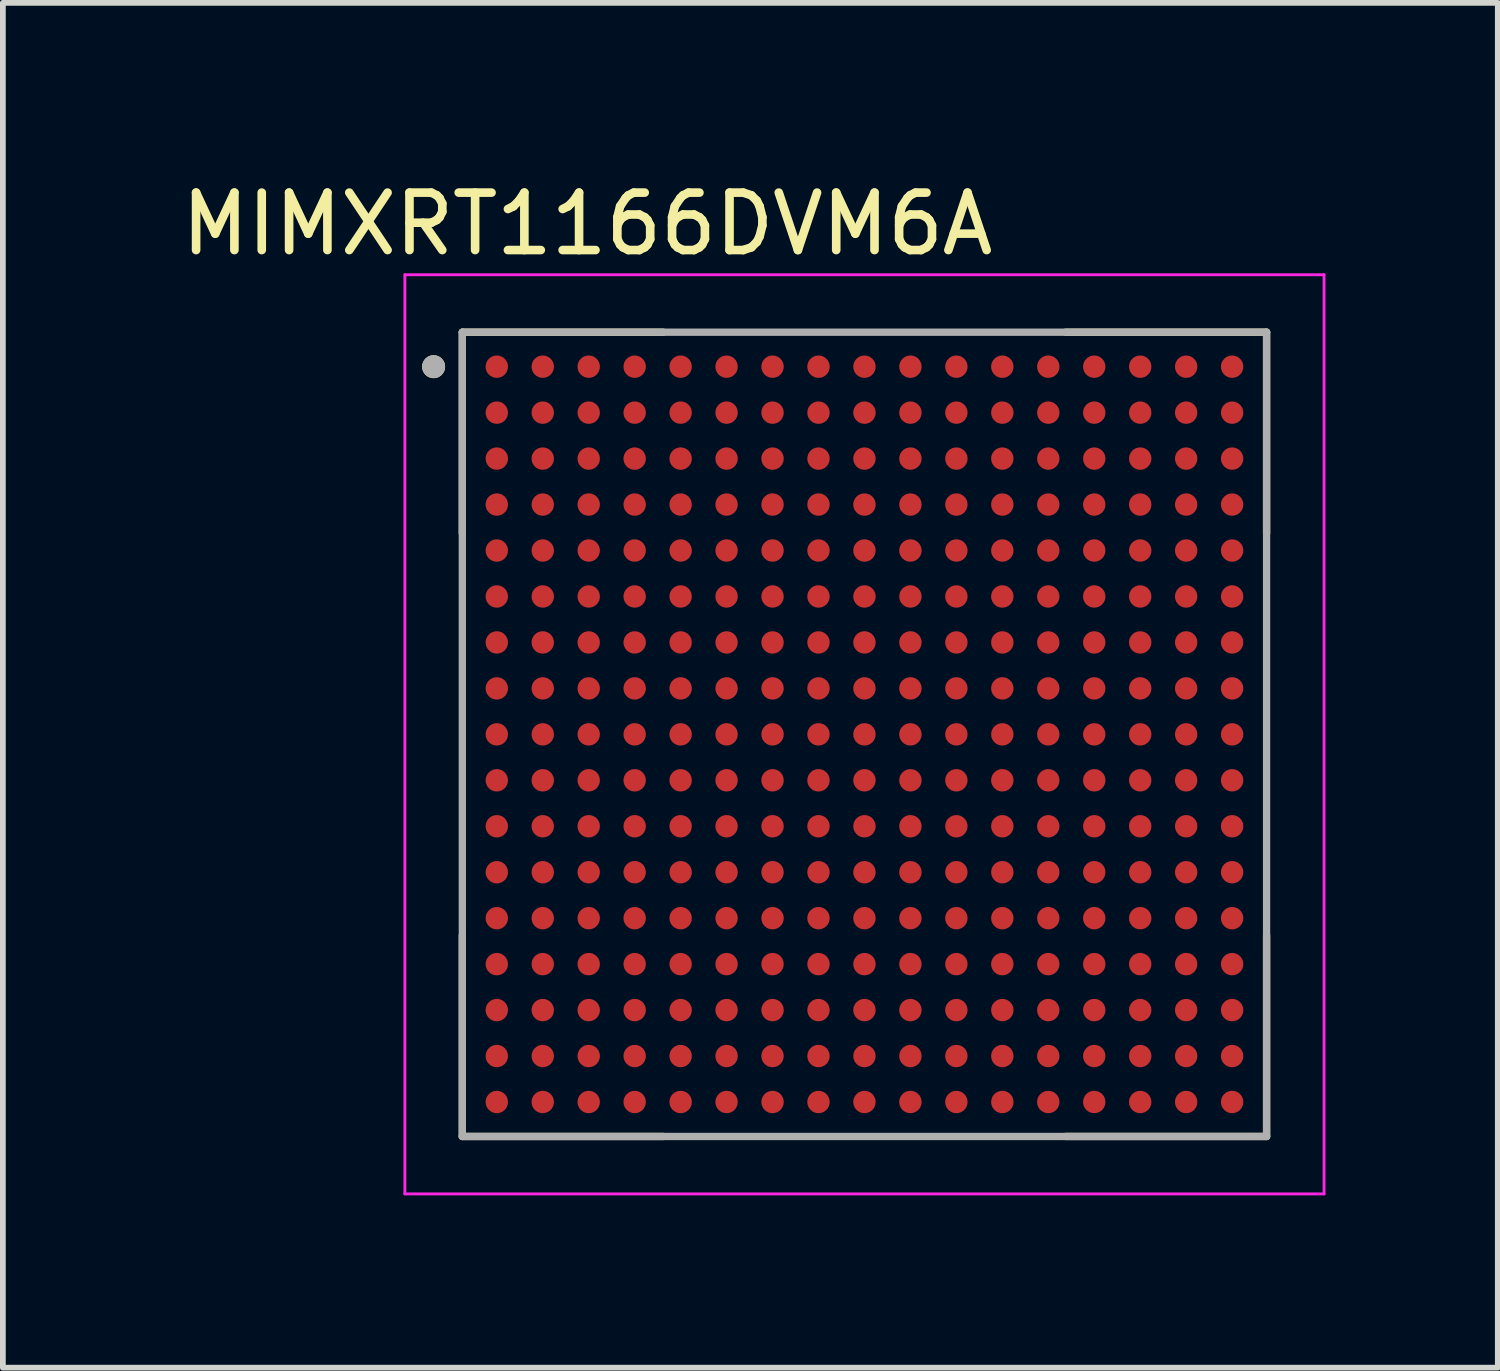
<source format=kicad_pcb>
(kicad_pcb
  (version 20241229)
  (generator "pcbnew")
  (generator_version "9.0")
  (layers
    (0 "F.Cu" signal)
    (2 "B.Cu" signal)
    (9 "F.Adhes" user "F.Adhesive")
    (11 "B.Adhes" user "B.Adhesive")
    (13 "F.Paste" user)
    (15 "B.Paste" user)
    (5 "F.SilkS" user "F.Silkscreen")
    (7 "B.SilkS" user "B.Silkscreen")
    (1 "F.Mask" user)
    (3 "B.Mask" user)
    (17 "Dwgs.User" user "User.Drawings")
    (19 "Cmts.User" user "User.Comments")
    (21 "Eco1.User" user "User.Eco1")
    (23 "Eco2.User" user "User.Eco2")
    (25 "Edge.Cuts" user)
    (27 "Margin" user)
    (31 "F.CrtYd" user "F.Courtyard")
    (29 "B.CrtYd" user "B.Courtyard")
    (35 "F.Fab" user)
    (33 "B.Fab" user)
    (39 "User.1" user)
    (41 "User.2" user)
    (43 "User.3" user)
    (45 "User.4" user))
  (footprint "MIMXRT1166DVM6A"
    (layer "F.Cu")
    (at 11.998 9.733)
    (property "Reference" "MIMXRT1166DVM6A" (at -4.825 -8.885 0) (layer "F.SilkS") (effects (font (size 1 1) (thickness 0.15))))
    (attr through_hole)
    (fp_line (start -7 -7) (end -7 -3.5) (stroke (width 0.127) (type solid)) (layer "F.SilkS"))
    (fp_line (start -7 -7) (end -3.5 -7) (stroke (width 0.127) (type solid)) (layer "F.SilkS"))
    (fp_line (start -7 7) (end -7 3.5) (stroke (width 0.127) (type solid)) (layer "F.SilkS"))
    (fp_line (start -7 7) (end -3.5 7) (stroke (width 0.127) (type solid)) (layer "F.SilkS"))
    (fp_line (start 7 -7) (end 3.5 -7) (stroke (width 0.127) (type solid)) (layer "F.SilkS"))
    (fp_line (start 7 -7) (end 7 -3.5) (stroke (width 0.127) (type solid)) (layer "F.SilkS"))
    (fp_line (start 7 7) (end 3.5 7) (stroke (width 0.127) (type solid)) (layer "F.SilkS"))
    (fp_line (start 7 7) (end 7 3.5) (stroke (width 0.127) (type solid)) (layer "F.SilkS"))
    (fp_circle (center -7.5 -6.4) (end -7.4 -6.4) (stroke (width 0.2) (type solid)) (fill no) (layer "F.SilkS"))
    (fp_line (start -8 -8) (end 8 -8) (stroke (width 0.05) (type solid)) (layer "F.CrtYd"))
    (fp_line (start -8 8) (end -8 -8) (stroke (width 0.05) (type solid)) (layer "F.CrtYd"))
    (fp_line (start -8 8) (end 8 8) (stroke (width 0.05) (type solid)) (layer "F.CrtYd"))
    (fp_line (start 8 8) (end 8 -8) (stroke (width 0.05) (type solid)) (layer "F.CrtYd"))
    (fp_line (start -7 7) (end -7 -7) (stroke (width 0.127) (type solid)) (layer "F.Fab"))
    (fp_line (start 7 -7) (end -7 -7) (stroke (width 0.127) (type solid)) (layer "F.Fab"))
    (fp_line (start 7 7) (end -7 7) (stroke (width 0.127) (type solid)) (layer "F.Fab"))
    (fp_line (start 7 7) (end 7 -7) (stroke (width 0.127) (type solid)) (layer "F.Fab"))
    (fp_circle (center -7.5 -6.4) (end -7.4 -6.4) (stroke (width 0.2) (type solid)) (fill no) (layer "F.Fab"))
    (pad "A1" smd circle (at -6.4 -6.4) (size 0.39 0.39) (layers "F.Cu" "F.Mask" "F.Paste"))
    (pad "A2" smd circle (at -5.6 -6.4) (size 0.39 0.39) (layers "F.Cu" "F.Mask" "F.Paste"))
    (pad "A3" smd circle (at -4.8 -6.4) (size 0.39 0.39) (layers "F.Cu" "F.Mask" "F.Paste"))
    (pad "A4" smd circle (at -4 -6.4) (size 0.39 0.39) (layers "F.Cu" "F.Mask" "F.Paste"))
    (pad "A5" smd circle (at -3.2 -6.4) (size 0.39 0.39) (layers "F.Cu" "F.Mask" "F.Paste"))
    (pad "A6" smd circle (at -2.4 -6.4) (size 0.39 0.39) (layers "F.Cu" "F.Mask" "F.Paste"))
    (pad "A7" smd circle (at -1.6 -6.4) (size 0.39 0.39) (layers "F.Cu" "F.Mask" "F.Paste"))
    (pad "A8" smd circle (at -0.8 -6.4) (size 0.39 0.39) (layers "F.Cu" "F.Mask" "F.Paste"))
    (pad "A9" smd circle (at 0 -6.4) (size 0.39 0.39) (layers "F.Cu" "F.Mask" "F.Paste"))
    (pad "A10" smd circle (at 0.8 -6.4) (size 0.39 0.39) (layers "F.Cu" "F.Mask" "F.Paste"))
    (pad "A11" smd circle (at 1.6 -6.4) (size 0.39 0.39) (layers "F.Cu" "F.Mask" "F.Paste"))
    (pad "A12" smd circle (at 2.4 -6.4) (size 0.39 0.39) (layers "F.Cu" "F.Mask" "F.Paste"))
    (pad "A13" smd circle (at 3.2 -6.4) (size 0.39 0.39) (layers "F.Cu" "F.Mask" "F.Paste"))
    (pad "A14" smd circle (at 4 -6.4) (size 0.39 0.39) (layers "F.Cu" "F.Mask" "F.Paste"))
    (pad "A15" smd circle (at 4.8 -6.4) (size 0.39 0.39) (layers "F.Cu" "F.Mask" "F.Paste"))
    (pad "A16" smd circle (at 5.6 -6.4) (size 0.39 0.39) (layers "F.Cu" "F.Mask" "F.Paste"))
    (pad "A17" smd circle (at 6.4 -6.4) (size 0.39 0.39) (layers "F.Cu" "F.Mask" "F.Paste"))
    (pad "B1" smd circle (at -6.4 -5.6) (size 0.39 0.39) (layers "F.Cu" "F.Mask" "F.Paste"))
    (pad "B2" smd circle (at -5.6 -5.6) (size 0.39 0.39) (layers "F.Cu" "F.Mask" "F.Paste"))
    (pad "B3" smd circle (at -4.8 -5.6) (size 0.39 0.39) (layers "F.Cu" "F.Mask" "F.Paste"))
    (pad "B4" smd circle (at -4 -5.6) (size 0.39 0.39) (layers "F.Cu" "F.Mask" "F.Paste"))
    (pad "B5" smd circle (at -3.2 -5.6) (size 0.39 0.39) (layers "F.Cu" "F.Mask" "F.Paste"))
    (pad "B6" smd circle (at -2.4 -5.6) (size 0.39 0.39) (layers "F.Cu" "F.Mask" "F.Paste"))
    (pad "B7" smd circle (at -1.6 -5.6) (size 0.39 0.39) (layers "F.Cu" "F.Mask" "F.Paste"))
    (pad "B8" smd circle (at -0.8 -5.6) (size 0.39 0.39) (layers "F.Cu" "F.Mask" "F.Paste"))
    (pad "B9" smd circle (at 0 -5.6) (size 0.39 0.39) (layers "F.Cu" "F.Mask" "F.Paste"))
    (pad "B10" smd circle (at 0.8 -5.6) (size 0.39 0.39) (layers "F.Cu" "F.Mask" "F.Paste"))
    (pad "B11" smd circle (at 1.6 -5.6) (size 0.39 0.39) (layers "F.Cu" "F.Mask" "F.Paste"))
    (pad "B12" smd circle (at 2.4 -5.6) (size 0.39 0.39) (layers "F.Cu" "F.Mask" "F.Paste"))
    (pad "B13" smd circle (at 3.2 -5.6) (size 0.39 0.39) (layers "F.Cu" "F.Mask" "F.Paste"))
    (pad "B14" smd circle (at 4 -5.6) (size 0.39 0.39) (layers "F.Cu" "F.Mask" "F.Paste"))
    (pad "B15" smd circle (at 4.8 -5.6) (size 0.39 0.39) (layers "F.Cu" "F.Mask" "F.Paste"))
    (pad "B16" smd circle (at 5.6 -5.6) (size 0.39 0.39) (layers "F.Cu" "F.Mask" "F.Paste"))
    (pad "B17" smd circle (at 6.4 -5.6) (size 0.39 0.39) (layers "F.Cu" "F.Mask" "F.Paste"))
    (pad "C1" smd circle (at -6.4 -4.8) (size 0.39 0.39) (layers "F.Cu" "F.Mask" "F.Paste"))
    (pad "C2" smd circle (at -5.6 -4.8) (size 0.39 0.39) (layers "F.Cu" "F.Mask" "F.Paste"))
    (pad "C3" smd circle (at -4.8 -4.8) (size 0.39 0.39) (layers "F.Cu" "F.Mask" "F.Paste"))
    (pad "C4" smd circle (at -4 -4.8) (size 0.39 0.39) (layers "F.Cu" "F.Mask" "F.Paste"))
    (pad "C5" smd circle (at -3.2 -4.8) (size 0.39 0.39) (layers "F.Cu" "F.Mask" "F.Paste"))
    (pad "C6" smd circle (at -2.4 -4.8) (size 0.39 0.39) (layers "F.Cu" "F.Mask" "F.Paste"))
    (pad "C7" smd circle (at -1.6 -4.8) (size 0.39 0.39) (layers "F.Cu" "F.Mask" "F.Paste"))
    (pad "C8" smd circle (at -0.8 -4.8) (size 0.39 0.39) (layers "F.Cu" "F.Mask" "F.Paste"))
    (pad "C9" smd circle (at 0 -4.8) (size 0.39 0.39) (layers "F.Cu" "F.Mask" "F.Paste"))
    (pad "C10" smd circle (at 0.8 -4.8) (size 0.39 0.39) (layers "F.Cu" "F.Mask" "F.Paste"))
    (pad "C11" smd circle (at 1.6 -4.8) (size 0.39 0.39) (layers "F.Cu" "F.Mask" "F.Paste"))
    (pad "C12" smd circle (at 2.4 -4.8) (size 0.39 0.39) (layers "F.Cu" "F.Mask" "F.Paste"))
    (pad "C13" smd circle (at 3.2 -4.8) (size 0.39 0.39) (layers "F.Cu" "F.Mask" "F.Paste"))
    (pad "C14" smd circle (at 4 -4.8) (size 0.39 0.39) (layers "F.Cu" "F.Mask" "F.Paste"))
    (pad "C15" smd circle (at 4.8 -4.8) (size 0.39 0.39) (layers "F.Cu" "F.Mask" "F.Paste"))
    (pad "C16" smd circle (at 5.6 -4.8) (size 0.39 0.39) (layers "F.Cu" "F.Mask" "F.Paste"))
    (pad "C17" smd circle (at 6.4 -4.8) (size 0.39 0.39) (layers "F.Cu" "F.Mask" "F.Paste"))
    (pad "D1" smd circle (at -6.4 -4) (size 0.39 0.39) (layers "F.Cu" "F.Mask" "F.Paste"))
    (pad "D2" smd circle (at -5.6 -4) (size 0.39 0.39) (layers "F.Cu" "F.Mask" "F.Paste"))
    (pad "D3" smd circle (at -4.8 -4) (size 0.39 0.39) (layers "F.Cu" "F.Mask" "F.Paste"))
    (pad "D4" smd circle (at -4 -4) (size 0.39 0.39) (layers "F.Cu" "F.Mask" "F.Paste"))
    (pad "D5" smd circle (at -3.2 -4) (size 0.39 0.39) (layers "F.Cu" "F.Mask" "F.Paste"))
    (pad "D6" smd circle (at -2.4 -4) (size 0.39 0.39) (layers "F.Cu" "F.Mask" "F.Paste"))
    (pad "D7" smd circle (at -1.6 -4) (size 0.39 0.39) (layers "F.Cu" "F.Mask" "F.Paste"))
    (pad "D8" smd circle (at -0.8 -4) (size 0.39 0.39) (layers "F.Cu" "F.Mask" "F.Paste"))
    (pad "D9" smd circle (at 0 -4) (size 0.39 0.39) (layers "F.Cu" "F.Mask" "F.Paste"))
    (pad "D10" smd circle (at 0.8 -4) (size 0.39 0.39) (layers "F.Cu" "F.Mask" "F.Paste"))
    (pad "D11" smd circle (at 1.6 -4) (size 0.39 0.39) (layers "F.Cu" "F.Mask" "F.Paste"))
    (pad "D12" smd circle (at 2.4 -4) (size 0.39 0.39) (layers "F.Cu" "F.Mask" "F.Paste"))
    (pad "D13" smd circle (at 3.2 -4) (size 0.39 0.39) (layers "F.Cu" "F.Mask" "F.Paste"))
    (pad "D14" smd circle (at 4 -4) (size 0.39 0.39) (layers "F.Cu" "F.Mask" "F.Paste"))
    (pad "D15" smd circle (at 4.8 -4) (size 0.39 0.39) (layers "F.Cu" "F.Mask" "F.Paste"))
    (pad "D16" smd circle (at 5.6 -4) (size 0.39 0.39) (layers "F.Cu" "F.Mask" "F.Paste"))
    (pad "D17" smd circle (at 6.4 -4) (size 0.39 0.39) (layers "F.Cu" "F.Mask" "F.Paste"))
    (pad "E1" smd circle (at -6.4 -3.2) (size 0.39 0.39) (layers "F.Cu" "F.Mask" "F.Paste"))
    (pad "E2" smd circle (at -5.6 -3.2) (size 0.39 0.39) (layers "F.Cu" "F.Mask" "F.Paste"))
    (pad "E3" smd circle (at -4.8 -3.2) (size 0.39 0.39) (layers "F.Cu" "F.Mask" "F.Paste"))
    (pad "E4" smd circle (at -4 -3.2) (size 0.39 0.39) (layers "F.Cu" "F.Mask" "F.Paste"))
    (pad "E5" smd circle (at -3.2 -3.2) (size 0.39 0.39) (layers "F.Cu" "F.Mask" "F.Paste"))
    (pad "E6" smd circle (at -2.4 -3.2) (size 0.39 0.39) (layers "F.Cu" "F.Mask" "F.Paste"))
    (pad "E7" smd circle (at -1.6 -3.2) (size 0.39 0.39) (layers "F.Cu" "F.Mask" "F.Paste"))
    (pad "E8" smd circle (at -0.8 -3.2) (size 0.39 0.39) (layers "F.Cu" "F.Mask" "F.Paste"))
    (pad "E9" smd circle (at 0 -3.2) (size 0.39 0.39) (layers "F.Cu" "F.Mask" "F.Paste"))
    (pad "E10" smd circle (at 0.8 -3.2) (size 0.39 0.39) (layers "F.Cu" "F.Mask" "F.Paste"))
    (pad "E11" smd circle (at 1.6 -3.2) (size 0.39 0.39) (layers "F.Cu" "F.Mask" "F.Paste"))
    (pad "E12" smd circle (at 2.4 -3.2) (size 0.39 0.39) (layers "F.Cu" "F.Mask" "F.Paste"))
    (pad "E13" smd circle (at 3.2 -3.2) (size 0.39 0.39) (layers "F.Cu" "F.Mask" "F.Paste"))
    (pad "E14" smd circle (at 4 -3.2) (size 0.39 0.39) (layers "F.Cu" "F.Mask" "F.Paste"))
    (pad "E15" smd circle (at 4.8 -3.2) (size 0.39 0.39) (layers "F.Cu" "F.Mask" "F.Paste"))
    (pad "E16" smd circle (at 5.6 -3.2) (size 0.39 0.39) (layers "F.Cu" "F.Mask" "F.Paste"))
    (pad "E17" smd circle (at 6.4 -3.2) (size 0.39 0.39) (layers "F.Cu" "F.Mask" "F.Paste"))
    (pad "F1" smd circle (at -6.4 -2.4) (size 0.39 0.39) (layers "F.Cu" "F.Mask" "F.Paste"))
    (pad "F2" smd circle (at -5.6 -2.4) (size 0.39 0.39) (layers "F.Cu" "F.Mask" "F.Paste"))
    (pad "F3" smd circle (at -4.8 -2.4) (size 0.39 0.39) (layers "F.Cu" "F.Mask" "F.Paste"))
    (pad "F4" smd circle (at -4 -2.4) (size 0.39 0.39) (layers "F.Cu" "F.Mask" "F.Paste"))
    (pad "F5" smd circle (at -3.2 -2.4) (size 0.39 0.39) (layers "F.Cu" "F.Mask" "F.Paste"))
    (pad "F6" smd circle (at -2.4 -2.4) (size 0.39 0.39) (layers "F.Cu" "F.Mask" "F.Paste"))
    (pad "F7" smd circle (at -1.6 -2.4) (size 0.39 0.39) (layers "F.Cu" "F.Mask" "F.Paste"))
    (pad "F8" smd circle (at -0.8 -2.4) (size 0.39 0.39) (layers "F.Cu" "F.Mask" "F.Paste"))
    (pad "F9" smd circle (at 0 -2.4) (size 0.39 0.39) (layers "F.Cu" "F.Mask" "F.Paste"))
    (pad "F10" smd circle (at 0.8 -2.4) (size 0.39 0.39) (layers "F.Cu" "F.Mask" "F.Paste"))
    (pad "F11" smd circle (at 1.6 -2.4) (size 0.39 0.39) (layers "F.Cu" "F.Mask" "F.Paste"))
    (pad "F12" smd circle (at 2.4 -2.4) (size 0.39 0.39) (layers "F.Cu" "F.Mask" "F.Paste"))
    (pad "F13" smd circle (at 3.2 -2.4) (size 0.39 0.39) (layers "F.Cu" "F.Mask" "F.Paste"))
    (pad "F14" smd circle (at 4 -2.4) (size 0.39 0.39) (layers "F.Cu" "F.Mask" "F.Paste"))
    (pad "F15" smd circle (at 4.8 -2.4) (size 0.39 0.39) (layers "F.Cu" "F.Mask" "F.Paste"))
    (pad "F16" smd circle (at 5.6 -2.4) (size 0.39 0.39) (layers "F.Cu" "F.Mask" "F.Paste"))
    (pad "F17" smd circle (at 6.4 -2.4) (size 0.39 0.39) (layers "F.Cu" "F.Mask" "F.Paste"))
    (pad "G1" smd circle (at -6.4 -1.6) (size 0.39 0.39) (layers "F.Cu" "F.Mask" "F.Paste"))
    (pad "G2" smd circle (at -5.6 -1.6) (size 0.39 0.39) (layers "F.Cu" "F.Mask" "F.Paste"))
    (pad "G3" smd circle (at -4.8 -1.6) (size 0.39 0.39) (layers "F.Cu" "F.Mask" "F.Paste"))
    (pad "G4" smd circle (at -4 -1.6) (size 0.39 0.39) (layers "F.Cu" "F.Mask" "F.Paste"))
    (pad "G5" smd circle (at -3.2 -1.6) (size 0.39 0.39) (layers "F.Cu" "F.Mask" "F.Paste"))
    (pad "G6" smd circle (at -2.4 -1.6) (size 0.39 0.39) (layers "F.Cu" "F.Mask" "F.Paste"))
    (pad "G7" smd circle (at -1.6 -1.6) (size 0.39 0.39) (layers "F.Cu" "F.Mask" "F.Paste"))
    (pad "G8" smd circle (at -0.8 -1.6) (size 0.39 0.39) (layers "F.Cu" "F.Mask" "F.Paste"))
    (pad "G9" smd circle (at 0 -1.6) (size 0.39 0.39) (layers "F.Cu" "F.Mask" "F.Paste"))
    (pad "G10" smd circle (at 0.8 -1.6) (size 0.39 0.39) (layers "F.Cu" "F.Mask" "F.Paste"))
    (pad "G11" smd circle (at 1.6 -1.6) (size 0.39 0.39) (layers "F.Cu" "F.Mask" "F.Paste"))
    (pad "G12" smd circle (at 2.4 -1.6) (size 0.39 0.39) (layers "F.Cu" "F.Mask" "F.Paste"))
    (pad "G13" smd circle (at 3.2 -1.6) (size 0.39 0.39) (layers "F.Cu" "F.Mask" "F.Paste"))
    (pad "G14" smd circle (at 4 -1.6) (size 0.39 0.39) (layers "F.Cu" "F.Mask" "F.Paste"))
    (pad "G15" smd circle (at 4.8 -1.6) (size 0.39 0.39) (layers "F.Cu" "F.Mask" "F.Paste"))
    (pad "G16" smd circle (at 5.6 -1.6) (size 0.39 0.39) (layers "F.Cu" "F.Mask" "F.Paste"))
    (pad "G17" smd circle (at 6.4 -1.6) (size 0.39 0.39) (layers "F.Cu" "F.Mask" "F.Paste"))
    (pad "H1" smd circle (at -6.4 -0.8) (size 0.39 0.39) (layers "F.Cu" "F.Mask" "F.Paste"))
    (pad "H2" smd circle (at -5.6 -0.8) (size 0.39 0.39) (layers "F.Cu" "F.Mask" "F.Paste"))
    (pad "H3" smd circle (at -4.8 -0.8) (size 0.39 0.39) (layers "F.Cu" "F.Mask" "F.Paste"))
    (pad "H4" smd circle (at -4 -0.8) (size 0.39 0.39) (layers "F.Cu" "F.Mask" "F.Paste"))
    (pad "H5" smd circle (at -3.2 -0.8) (size 0.39 0.39) (layers "F.Cu" "F.Mask" "F.Paste"))
    (pad "H6" smd circle (at -2.4 -0.8) (size 0.39 0.39) (layers "F.Cu" "F.Mask" "F.Paste"))
    (pad "H7" smd circle (at -1.6 -0.8) (size 0.39 0.39) (layers "F.Cu" "F.Mask" "F.Paste"))
    (pad "H8" smd circle (at -0.8 -0.8) (size 0.39 0.39) (layers "F.Cu" "F.Mask" "F.Paste"))
    (pad "H9" smd circle (at 0 -0.8) (size 0.39 0.39) (layers "F.Cu" "F.Mask" "F.Paste"))
    (pad "H10" smd circle (at 0.8 -0.8) (size 0.39 0.39) (layers "F.Cu" "F.Mask" "F.Paste"))
    (pad "H11" smd circle (at 1.6 -0.8) (size 0.39 0.39) (layers "F.Cu" "F.Mask" "F.Paste"))
    (pad "H12" smd circle (at 2.4 -0.8) (size 0.39 0.39) (layers "F.Cu" "F.Mask" "F.Paste"))
    (pad "H13" smd circle (at 3.2 -0.8) (size 0.39 0.39) (layers "F.Cu" "F.Mask" "F.Paste"))
    (pad "H14" smd circle (at 4 -0.8) (size 0.39 0.39) (layers "F.Cu" "F.Mask" "F.Paste"))
    (pad "H15" smd circle (at 4.8 -0.8) (size 0.39 0.39) (layers "F.Cu" "F.Mask" "F.Paste"))
    (pad "H16" smd circle (at 5.6 -0.8) (size 0.39 0.39) (layers "F.Cu" "F.Mask" "F.Paste"))
    (pad "H17" smd circle (at 6.4 -0.8) (size 0.39 0.39) (layers "F.Cu" "F.Mask" "F.Paste"))
    (pad "J1" smd circle (at -6.4 0) (size 0.39 0.39) (layers "F.Cu" "F.Mask" "F.Paste"))
    (pad "J2" smd circle (at -5.6 0) (size 0.39 0.39) (layers "F.Cu" "F.Mask" "F.Paste"))
    (pad "J3" smd circle (at -4.8 0) (size 0.39 0.39) (layers "F.Cu" "F.Mask" "F.Paste"))
    (pad "J4" smd circle (at -4 0) (size 0.39 0.39) (layers "F.Cu" "F.Mask" "F.Paste"))
    (pad "J5" smd circle (at -3.2 0) (size 0.39 0.39) (layers "F.Cu" "F.Mask" "F.Paste"))
    (pad "J6" smd circle (at -2.4 0) (size 0.39 0.39) (layers "F.Cu" "F.Mask" "F.Paste"))
    (pad "J7" smd circle (at -1.6 0) (size 0.39 0.39) (layers "F.Cu" "F.Mask" "F.Paste"))
    (pad "J8" smd circle (at -0.8 0) (size 0.39 0.39) (layers "F.Cu" "F.Mask" "F.Paste"))
    (pad "J9" smd circle (at 0 0) (size 0.39 0.39) (layers "F.Cu" "F.Mask" "F.Paste"))
    (pad "J10" smd circle (at 0.8 0) (size 0.39 0.39) (layers "F.Cu" "F.Mask" "F.Paste"))
    (pad "J11" smd circle (at 1.6 0) (size 0.39 0.39) (layers "F.Cu" "F.Mask" "F.Paste"))
    (pad "J12" smd circle (at 2.4 0) (size 0.39 0.39) (layers "F.Cu" "F.Mask" "F.Paste"))
    (pad "J13" smd circle (at 3.2 0) (size 0.39 0.39) (layers "F.Cu" "F.Mask" "F.Paste"))
    (pad "J14" smd circle (at 4 0) (size 0.39 0.39) (layers "F.Cu" "F.Mask" "F.Paste"))
    (pad "J15" smd circle (at 4.8 0) (size 0.39 0.39) (layers "F.Cu" "F.Mask" "F.Paste"))
    (pad "J16" smd circle (at 5.6 0) (size 0.39 0.39) (layers "F.Cu" "F.Mask" "F.Paste"))
    (pad "J17" smd circle (at 6.4 0) (size 0.39 0.39) (layers "F.Cu" "F.Mask" "F.Paste"))
    (pad "K1" smd circle (at -6.4 0.8) (size 0.39 0.39) (layers "F.Cu" "F.Mask" "F.Paste"))
    (pad "K2" smd circle (at -5.6 0.8) (size 0.39 0.39) (layers "F.Cu" "F.Mask" "F.Paste"))
    (pad "K3" smd circle (at -4.8 0.8) (size 0.39 0.39) (layers "F.Cu" "F.Mask" "F.Paste"))
    (pad "K4" smd circle (at -4 0.8) (size 0.39 0.39) (layers "F.Cu" "F.Mask" "F.Paste"))
    (pad "K5" smd circle (at -3.2 0.8) (size 0.39 0.39) (layers "F.Cu" "F.Mask" "F.Paste"))
    (pad "K6" smd circle (at -2.4 0.8) (size 0.39 0.39) (layers "F.Cu" "F.Mask" "F.Paste"))
    (pad "K7" smd circle (at -1.6 0.8) (size 0.39 0.39) (layers "F.Cu" "F.Mask" "F.Paste"))
    (pad "K8" smd circle (at -0.8 0.8) (size 0.39 0.39) (layers "F.Cu" "F.Mask" "F.Paste"))
    (pad "K9" smd circle (at 0 0.8) (size 0.39 0.39) (layers "F.Cu" "F.Mask" "F.Paste"))
    (pad "K10" smd circle (at 0.8 0.8) (size 0.39 0.39) (layers "F.Cu" "F.Mask" "F.Paste"))
    (pad "K11" smd circle (at 1.6 0.8) (size 0.39 0.39) (layers "F.Cu" "F.Mask" "F.Paste"))
    (pad "K12" smd circle (at 2.4 0.8) (size 0.39 0.39) (layers "F.Cu" "F.Mask" "F.Paste"))
    (pad "K13" smd circle (at 3.2 0.8) (size 0.39 0.39) (layers "F.Cu" "F.Mask" "F.Paste"))
    (pad "K14" smd circle (at 4 0.8) (size 0.39 0.39) (layers "F.Cu" "F.Mask" "F.Paste"))
    (pad "K15" smd circle (at 4.8 0.8) (size 0.39 0.39) (layers "F.Cu" "F.Mask" "F.Paste"))
    (pad "K16" smd circle (at 5.6 0.8) (size 0.39 0.39) (layers "F.Cu" "F.Mask" "F.Paste"))
    (pad "K17" smd circle (at 6.4 0.8) (size 0.39 0.39) (layers "F.Cu" "F.Mask" "F.Paste"))
    (pad "L1" smd circle (at -6.4 1.6) (size 0.39 0.39) (layers "F.Cu" "F.Mask" "F.Paste"))
    (pad "L2" smd circle (at -5.6 1.6) (size 0.39 0.39) (layers "F.Cu" "F.Mask" "F.Paste"))
    (pad "L3" smd circle (at -4.8 1.6) (size 0.39 0.39) (layers "F.Cu" "F.Mask" "F.Paste"))
    (pad "L4" smd circle (at -4 1.6) (size 0.39 0.39) (layers "F.Cu" "F.Mask" "F.Paste"))
    (pad "L5" smd circle (at -3.2 1.6) (size 0.39 0.39) (layers "F.Cu" "F.Mask" "F.Paste"))
    (pad "L6" smd circle (at -2.4 1.6) (size 0.39 0.39) (layers "F.Cu" "F.Mask" "F.Paste"))
    (pad "L7" smd circle (at -1.6 1.6) (size 0.39 0.39) (layers "F.Cu" "F.Mask" "F.Paste"))
    (pad "L8" smd circle (at -0.8 1.6) (size 0.39 0.39) (layers "F.Cu" "F.Mask" "F.Paste"))
    (pad "L9" smd circle (at 0 1.6) (size 0.39 0.39) (layers "F.Cu" "F.Mask" "F.Paste"))
    (pad "L10" smd circle (at 0.8 1.6) (size 0.39 0.39) (layers "F.Cu" "F.Mask" "F.Paste"))
    (pad "L11" smd circle (at 1.6 1.6) (size 0.39 0.39) (layers "F.Cu" "F.Mask" "F.Paste"))
    (pad "L12" smd circle (at 2.4 1.6) (size 0.39 0.39) (layers "F.Cu" "F.Mask" "F.Paste"))
    (pad "L13" smd circle (at 3.2 1.6) (size 0.39 0.39) (layers "F.Cu" "F.Mask" "F.Paste"))
    (pad "L14" smd circle (at 4 1.6) (size 0.39 0.39) (layers "F.Cu" "F.Mask" "F.Paste"))
    (pad "L15" smd circle (at 4.8 1.6) (size 0.39 0.39) (layers "F.Cu" "F.Mask" "F.Paste"))
    (pad "L16" smd circle (at 5.6 1.6) (size 0.39 0.39) (layers "F.Cu" "F.Mask" "F.Paste"))
    (pad "L17" smd circle (at 6.4 1.6) (size 0.39 0.39) (layers "F.Cu" "F.Mask" "F.Paste"))
    (pad "M1" smd circle (at -6.4 2.4) (size 0.39 0.39) (layers "F.Cu" "F.Mask" "F.Paste"))
    (pad "M2" smd circle (at -5.6 2.4) (size 0.39 0.39) (layers "F.Cu" "F.Mask" "F.Paste"))
    (pad "M3" smd circle (at -4.8 2.4) (size 0.39 0.39) (layers "F.Cu" "F.Mask" "F.Paste"))
    (pad "M4" smd circle (at -4 2.4) (size 0.39 0.39) (layers "F.Cu" "F.Mask" "F.Paste"))
    (pad "M5" smd circle (at -3.2 2.4) (size 0.39 0.39) (layers "F.Cu" "F.Mask" "F.Paste"))
    (pad "M6" smd circle (at -2.4 2.4) (size 0.39 0.39) (layers "F.Cu" "F.Mask" "F.Paste"))
    (pad "M7" smd circle (at -1.6 2.4) (size 0.39 0.39) (layers "F.Cu" "F.Mask" "F.Paste"))
    (pad "M8" smd circle (at -0.8 2.4) (size 0.39 0.39) (layers "F.Cu" "F.Mask" "F.Paste"))
    (pad "M9" smd circle (at 0 2.4) (size 0.39 0.39) (layers "F.Cu" "F.Mask" "F.Paste"))
    (pad "M10" smd circle (at 0.8 2.4) (size 0.39 0.39) (layers "F.Cu" "F.Mask" "F.Paste"))
    (pad "M11" smd circle (at 1.6 2.4) (size 0.39 0.39) (layers "F.Cu" "F.Mask" "F.Paste"))
    (pad "M12" smd circle (at 2.4 2.4) (size 0.39 0.39) (layers "F.Cu" "F.Mask" "F.Paste"))
    (pad "M13" smd circle (at 3.2 2.4) (size 0.39 0.39) (layers "F.Cu" "F.Mask" "F.Paste"))
    (pad "M14" smd circle (at 4 2.4) (size 0.39 0.39) (layers "F.Cu" "F.Mask" "F.Paste"))
    (pad "M15" smd circle (at 4.8 2.4) (size 0.39 0.39) (layers "F.Cu" "F.Mask" "F.Paste"))
    (pad "M16" smd circle (at 5.6 2.4) (size 0.39 0.39) (layers "F.Cu" "F.Mask" "F.Paste"))
    (pad "M17" smd circle (at 6.4 2.4) (size 0.39 0.39) (layers "F.Cu" "F.Mask" "F.Paste"))
    (pad "N1" smd circle (at -6.4 3.2) (size 0.39 0.39) (layers "F.Cu" "F.Mask" "F.Paste"))
    (pad "N2" smd circle (at -5.6 3.2) (size 0.39 0.39) (layers "F.Cu" "F.Mask" "F.Paste"))
    (pad "N3" smd circle (at -4.8 3.2) (size 0.39 0.39) (layers "F.Cu" "F.Mask" "F.Paste"))
    (pad "N4" smd circle (at -4 3.2) (size 0.39 0.39) (layers "F.Cu" "F.Mask" "F.Paste"))
    (pad "N5" smd circle (at -3.2 3.2) (size 0.39 0.39) (layers "F.Cu" "F.Mask" "F.Paste"))
    (pad "N6" smd circle (at -2.4 3.2) (size 0.39 0.39) (layers "F.Cu" "F.Mask" "F.Paste"))
    (pad "N7" smd circle (at -1.6 3.2) (size 0.39 0.39) (layers "F.Cu" "F.Mask" "F.Paste"))
    (pad "N8" smd circle (at -0.8 3.2) (size 0.39 0.39) (layers "F.Cu" "F.Mask" "F.Paste"))
    (pad "N9" smd circle (at 0 3.2) (size 0.39 0.39) (layers "F.Cu" "F.Mask" "F.Paste"))
    (pad "N10" smd circle (at 0.8 3.2) (size 0.39 0.39) (layers "F.Cu" "F.Mask" "F.Paste"))
    (pad "N11" smd circle (at 1.6 3.2) (size 0.39 0.39) (layers "F.Cu" "F.Mask" "F.Paste"))
    (pad "N12" smd circle (at 2.4 3.2) (size 0.39 0.39) (layers "F.Cu" "F.Mask" "F.Paste"))
    (pad "N13" smd circle (at 3.2 3.2) (size 0.39 0.39) (layers "F.Cu" "F.Mask" "F.Paste"))
    (pad "N14" smd circle (at 4 3.2) (size 0.39 0.39) (layers "F.Cu" "F.Mask" "F.Paste"))
    (pad "N15" smd circle (at 4.8 3.2) (size 0.39 0.39) (layers "F.Cu" "F.Mask" "F.Paste"))
    (pad "N16" smd circle (at 5.6 3.2) (size 0.39 0.39) (layers "F.Cu" "F.Mask" "F.Paste"))
    (pad "N17" smd circle (at 6.4 3.2) (size 0.39 0.39) (layers "F.Cu" "F.Mask" "F.Paste"))
    (pad "P1" smd circle (at -6.4 4) (size 0.39 0.39) (layers "F.Cu" "F.Mask" "F.Paste"))
    (pad "P2" smd circle (at -5.6 4) (size 0.39 0.39) (layers "F.Cu" "F.Mask" "F.Paste"))
    (pad "P3" smd circle (at -4.8 4) (size 0.39 0.39) (layers "F.Cu" "F.Mask" "F.Paste"))
    (pad "P4" smd circle (at -4 4) (size 0.39 0.39) (layers "F.Cu" "F.Mask" "F.Paste"))
    (pad "P5" smd circle (at -3.2 4) (size 0.39 0.39) (layers "F.Cu" "F.Mask" "F.Paste"))
    (pad "P6" smd circle (at -2.4 4) (size 0.39 0.39) (layers "F.Cu" "F.Mask" "F.Paste"))
    (pad "P7" smd circle (at -1.6 4) (size 0.39 0.39) (layers "F.Cu" "F.Mask" "F.Paste"))
    (pad "P8" smd circle (at -0.8 4) (size 0.39 0.39) (layers "F.Cu" "F.Mask" "F.Paste"))
    (pad "P9" smd circle (at 0 4) (size 0.39 0.39) (layers "F.Cu" "F.Mask" "F.Paste"))
    (pad "P10" smd circle (at 0.8 4) (size 0.39 0.39) (layers "F.Cu" "F.Mask" "F.Paste"))
    (pad "P11" smd circle (at 1.6 4) (size 0.39 0.39) (layers "F.Cu" "F.Mask" "F.Paste"))
    (pad "P12" smd circle (at 2.4 4) (size 0.39 0.39) (layers "F.Cu" "F.Mask" "F.Paste"))
    (pad "P13" smd circle (at 3.2 4) (size 0.39 0.39) (layers "F.Cu" "F.Mask" "F.Paste"))
    (pad "P14" smd circle (at 4 4) (size 0.39 0.39) (layers "F.Cu" "F.Mask" "F.Paste"))
    (pad "P15" smd circle (at 4.8 4) (size 0.39 0.39) (layers "F.Cu" "F.Mask" "F.Paste"))
    (pad "P16" smd circle (at 5.6 4) (size 0.39 0.39) (layers "F.Cu" "F.Mask" "F.Paste"))
    (pad "P17" smd circle (at 6.4 4) (size 0.39 0.39) (layers "F.Cu" "F.Mask" "F.Paste"))
    (pad "R1" smd circle (at -6.4 4.8) (size 0.39 0.39) (layers "F.Cu" "F.Mask" "F.Paste"))
    (pad "R2" smd circle (at -5.6 4.8) (size 0.39 0.39) (layers "F.Cu" "F.Mask" "F.Paste"))
    (pad "R3" smd circle (at -4.8 4.8) (size 0.39 0.39) (layers "F.Cu" "F.Mask" "F.Paste"))
    (pad "R4" smd circle (at -4 4.8) (size 0.39 0.39) (layers "F.Cu" "F.Mask" "F.Paste"))
    (pad "R5" smd circle (at -3.2 4.8) (size 0.39 0.39) (layers "F.Cu" "F.Mask" "F.Paste"))
    (pad "R6" smd circle (at -2.4 4.8) (size 0.39 0.39) (layers "F.Cu" "F.Mask" "F.Paste"))
    (pad "R7" smd circle (at -1.6 4.8) (size 0.39 0.39) (layers "F.Cu" "F.Mask" "F.Paste"))
    (pad "R8" smd circle (at -0.8 4.8) (size 0.39 0.39) (layers "F.Cu" "F.Mask" "F.Paste"))
    (pad "R9" smd circle (at 0 4.8) (size 0.39 0.39) (layers "F.Cu" "F.Mask" "F.Paste"))
    (pad "R10" smd circle (at 0.8 4.8) (size 0.39 0.39) (layers "F.Cu" "F.Mask" "F.Paste"))
    (pad "R11" smd circle (at 1.6 4.8) (size 0.39 0.39) (layers "F.Cu" "F.Mask" "F.Paste"))
    (pad "R12" smd circle (at 2.4 4.8) (size 0.39 0.39) (layers "F.Cu" "F.Mask" "F.Paste"))
    (pad "R13" smd circle (at 3.2 4.8) (size 0.39 0.39) (layers "F.Cu" "F.Mask" "F.Paste"))
    (pad "R14" smd circle (at 4 4.8) (size 0.39 0.39) (layers "F.Cu" "F.Mask" "F.Paste"))
    (pad "R15" smd circle (at 4.8 4.8) (size 0.39 0.39) (layers "F.Cu" "F.Mask" "F.Paste"))
    (pad "R16" smd circle (at 5.6 4.8) (size 0.39 0.39) (layers "F.Cu" "F.Mask" "F.Paste"))
    (pad "R17" smd circle (at 6.4 4.8) (size 0.39 0.39) (layers "F.Cu" "F.Mask" "F.Paste"))
    (pad "T1" smd circle (at -6.4 5.6) (size 0.39 0.39) (layers "F.Cu" "F.Mask" "F.Paste"))
    (pad "T2" smd circle (at -5.6 5.6) (size 0.39 0.39) (layers "F.Cu" "F.Mask" "F.Paste"))
    (pad "T3" smd circle (at -4.8 5.6) (size 0.39 0.39) (layers "F.Cu" "F.Mask" "F.Paste"))
    (pad "T4" smd circle (at -4 5.6) (size 0.39 0.39) (layers "F.Cu" "F.Mask" "F.Paste"))
    (pad "T5" smd circle (at -3.2 5.6) (size 0.39 0.39) (layers "F.Cu" "F.Mask" "F.Paste"))
    (pad "T6" smd circle (at -2.4 5.6) (size 0.39 0.39) (layers "F.Cu" "F.Mask" "F.Paste"))
    (pad "T7" smd circle (at -1.6 5.6) (size 0.39 0.39) (layers "F.Cu" "F.Mask" "F.Paste"))
    (pad "T8" smd circle (at -0.8 5.6) (size 0.39 0.39) (layers "F.Cu" "F.Mask" "F.Paste"))
    (pad "T9" smd circle (at 0 5.6) (size 0.39 0.39) (layers "F.Cu" "F.Mask" "F.Paste"))
    (pad "T10" smd circle (at 0.8 5.6) (size 0.39 0.39) (layers "F.Cu" "F.Mask" "F.Paste"))
    (pad "T11" smd circle (at 1.6 5.6) (size 0.39 0.39) (layers "F.Cu" "F.Mask" "F.Paste"))
    (pad "T12" smd circle (at 2.4 5.6) (size 0.39 0.39) (layers "F.Cu" "F.Mask" "F.Paste"))
    (pad "T13" smd circle (at 3.2 5.6) (size 0.39 0.39) (layers "F.Cu" "F.Mask" "F.Paste"))
    (pad "T14" smd circle (at 4 5.6) (size 0.39 0.39) (layers "F.Cu" "F.Mask" "F.Paste"))
    (pad "T15" smd circle (at 4.8 5.6) (size 0.39 0.39) (layers "F.Cu" "F.Mask" "F.Paste"))
    (pad "T16" smd circle (at 5.6 5.6) (size 0.39 0.39) (layers "F.Cu" "F.Mask" "F.Paste"))
    (pad "T17" smd circle (at 6.4 5.6) (size 0.39 0.39) (layers "F.Cu" "F.Mask" "F.Paste"))
    (pad "U1" smd circle (at -6.4 6.4) (size 0.39 0.39) (layers "F.Cu" "F.Mask" "F.Paste"))
    (pad "U2" smd circle (at -5.6 6.4) (size 0.39 0.39) (layers "F.Cu" "F.Mask" "F.Paste"))
    (pad "U3" smd circle (at -4.8 6.4) (size 0.39 0.39) (layers "F.Cu" "F.Mask" "F.Paste"))
    (pad "U4" smd circle (at -4 6.4) (size 0.39 0.39) (layers "F.Cu" "F.Mask" "F.Paste"))
    (pad "U5" smd circle (at -3.2 6.4) (size 0.39 0.39) (layers "F.Cu" "F.Mask" "F.Paste"))
    (pad "U6" smd circle (at -2.4 6.4) (size 0.39 0.39) (layers "F.Cu" "F.Mask" "F.Paste"))
    (pad "U7" smd circle (at -1.6 6.4) (size 0.39 0.39) (layers "F.Cu" "F.Mask" "F.Paste"))
    (pad "U8" smd circle (at -0.8 6.4) (size 0.39 0.39) (layers "F.Cu" "F.Mask" "F.Paste"))
    (pad "U9" smd circle (at 0 6.4) (size 0.39 0.39) (layers "F.Cu" "F.Mask" "F.Paste"))
    (pad "U10" smd circle (at 0.8 6.4) (size 0.39 0.39) (layers "F.Cu" "F.Mask" "F.Paste"))
    (pad "U11" smd circle (at 1.6 6.4) (size 0.39 0.39) (layers "F.Cu" "F.Mask" "F.Paste"))
    (pad "U12" smd circle (at 2.4 6.4) (size 0.39 0.39) (layers "F.Cu" "F.Mask" "F.Paste"))
    (pad "U13" smd circle (at 3.2 6.4) (size 0.39 0.39) (layers "F.Cu" "F.Mask" "F.Paste"))
    (pad "U14" smd circle (at 4 6.4) (size 0.39 0.39) (layers "F.Cu" "F.Mask" "F.Paste"))
    (pad "U15" smd circle (at 4.8 6.4) (size 0.39 0.39) (layers "F.Cu" "F.Mask" "F.Paste"))
    (pad "U16" smd circle (at 5.6 6.4) (size 0.39 0.39) (layers "F.Cu" "F.Mask" "F.Paste"))
    (pad "U17" smd circle (at 6.4 6.4) (size 0.39 0.39) (layers "F.Cu" "F.Mask" "F.Paste")))
  (gr_rect
    (start -3 -3)
    (end 23.023 20.758)
    (stroke (width 0.1) (type default))
    (fill no)
    (layer "Edge.Cuts")))
</source>
